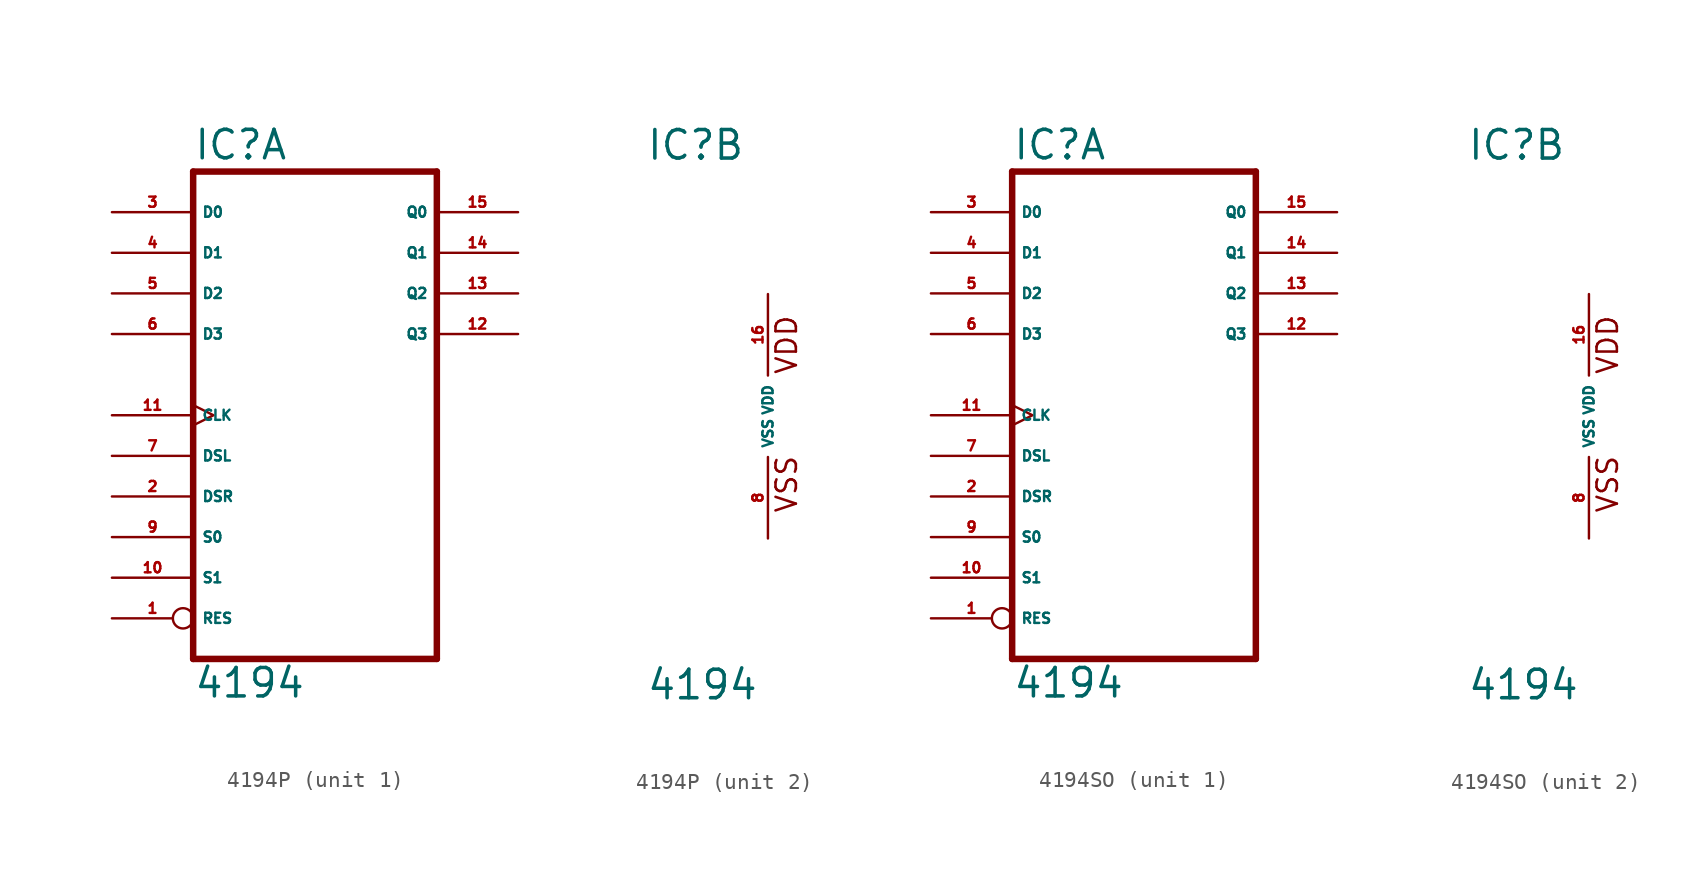
<source format=kicad_sym>
(kicad_symbol_lib
  (version 20220914)
  (generator Eagle2Kicad)
  (symbol "4194P"
    (property "Reference" "IC"
      (at -7.62 15.875 0)
      (effects (font (size 1.778 1.778) (thickness 0.22)) (justify left bottom)))
    (property "Value" "4194"
      (at -7.62 -17.78 0)
      (effects (font (size 1.778 1.778) (thickness 0.22)) (justify left bottom)))
    (symbol "4194P_1_0"
      (polyline (pts (xy -7.62 -15.24) (xy 7.62 -15.24)) (stroke (width 0.406) (type default)) (fill (type none)))
      (polyline (pts (xy 7.62 -15.24) (xy 7.62 15.24)) (stroke (width 0.406) (type default)) (fill (type none)))
      (polyline (pts (xy 7.62 15.24) (xy -7.62 15.24)) (stroke (width 0.406) (type default)) (fill (type none)))
      (polyline (pts (xy -7.62 15.24) (xy -7.62 -15.24)) (stroke (width 0.406) (type default)) (fill (type none)))
      (pin input inverted (at -12.7 -12.7 0) (length 5.08) (name "RES" (effects (font (size 0.635 0.635) (thickness 0.08)) (justify left bottom))) (number "1" (effects (font (size 0.635 0.635) (thickness 0.08)) (justify left bottom))))
      (pin input line (at -12.7 -5.08 0) (length 5.08) (name "DSR" (effects (font (size 0.635 0.635) (thickness 0.08)) (justify left bottom))) (number "2" (effects (font (size 0.635 0.635) (thickness 0.08)) (justify left bottom))))
      (pin input line (at -12.7 12.7 0) (length 5.08) (name "D0" (effects (font (size 0.635 0.635) (thickness 0.08)) (justify left bottom))) (number "3" (effects (font (size 0.635 0.635) (thickness 0.08)) (justify left bottom))))
      (pin input line (at -12.7 10.16 0) (length 5.08) (name "D1" (effects (font (size 0.635 0.635) (thickness 0.08)) (justify left bottom))) (number "4" (effects (font (size 0.635 0.635) (thickness 0.08)) (justify left bottom))))
      (pin input line (at -12.7 7.62 0) (length 5.08) (name "D2" (effects (font (size 0.635 0.635) (thickness 0.08)) (justify left bottom))) (number "5" (effects (font (size 0.635 0.635) (thickness 0.08)) (justify left bottom))))
      (pin input line (at -12.7 5.08 0) (length 5.08) (name "D3" (effects (font (size 0.635 0.635) (thickness 0.08)) (justify left bottom))) (number "6" (effects (font (size 0.635 0.635) (thickness 0.08)) (justify left bottom))))
      (pin input line (at -12.7 -2.54 0) (length 5.08) (name "DSL" (effects (font (size 0.635 0.635) (thickness 0.08)) (justify left bottom))) (number "7" (effects (font (size 0.635 0.635) (thickness 0.08)) (justify left bottom))))
      (pin input line (at -12.7 -7.62 0) (length 5.08) (name "S0" (effects (font (size 0.635 0.635) (thickness 0.08)) (justify left bottom))) (number "9" (effects (font (size 0.635 0.635) (thickness 0.08)) (justify left bottom))))
      (pin input line (at -12.7 -10.16 0) (length 5.08) (name "S1" (effects (font (size 0.635 0.635) (thickness 0.08)) (justify left bottom))) (number "10" (effects (font (size 0.635 0.635) (thickness 0.08)) (justify left bottom))))
      (pin input clock (at -12.7 0 0) (length 5.08) (name "CLK" (effects (font (size 0.635 0.635) (thickness 0.08)) (justify left bottom))) (number "11" (effects (font (size 0.635 0.635) (thickness 0.08)) (justify left bottom))))
      (pin output line (at 12.7 5.08 180) (length 5.08) (name "Q3" (effects (font (size 0.635 0.635) (thickness 0.08)) (justify left bottom))) (number "12" (effects (font (size 0.635 0.635) (thickness 0.08)) (justify left bottom))))
      (pin output line (at 12.7 7.62 180) (length 5.08) (name "Q2" (effects (font (size 0.635 0.635) (thickness 0.08)) (justify left bottom))) (number "13" (effects (font (size 0.635 0.635) (thickness 0.08)) (justify left bottom))))
      (pin output line (at 12.7 10.16 180) (length 5.08) (name "Q1" (effects (font (size 0.635 0.635) (thickness 0.08)) (justify left bottom))) (number "14" (effects (font (size 0.635 0.635) (thickness 0.08)) (justify left bottom))))
      (pin output line (at 12.7 12.7 180) (length 5.08) (name "Q0" (effects (font (size 0.635 0.635) (thickness 0.08)) (justify left bottom))) (number "15" (effects (font (size 0.635 0.635) (thickness 0.08)) (justify left bottom)))))
    (symbol "4194P_2_0"
      (text "VDD" (at 1.905 2.54 900) (effects (font (size 1.27 1.27) (thickness 0.16)) (justify left bottom)))
      (text "VSS" (at 1.905 -6.096 900) (effects (font (size 1.27 1.27) (thickness 0.16)) (justify left bottom)))
      (pin unspecified line (at 0 -7.62 90) (length 5.08) (name "VSS" (effects (font (size 0.635 0.635) (thickness 0.08)) (justify left bottom))) (number "8" (effects (font (size 0.635 0.635) (thickness 0.08)) (justify left bottom))))
      (pin unspecified line (at 0 7.62 270) (length 5.08) (name "VDD" (effects (font (size 0.635 0.635) (thickness 0.08)) (justify left bottom))) (number "16" (effects (font (size 0.635 0.635) (thickness 0.08)) (justify left bottom))))))
  (symbol "4194SO"
    (property "Reference" "IC"
      (at -7.62 15.875 0)
      (effects (font (size 1.778 1.778) (thickness 0.22)) (justify left bottom)))
    (property "Value" "4194"
      (at -7.62 -17.78 0)
      (effects (font (size 1.778 1.778) (thickness 0.22)) (justify left bottom)))
    (symbol "4194SO_1_0"
      (polyline (pts (xy -7.62 -15.24) (xy 7.62 -15.24)) (stroke (width 0.406) (type default)) (fill (type none)))
      (polyline (pts (xy 7.62 -15.24) (xy 7.62 15.24)) (stroke (width 0.406) (type default)) (fill (type none)))
      (polyline (pts (xy 7.62 15.24) (xy -7.62 15.24)) (stroke (width 0.406) (type default)) (fill (type none)))
      (polyline (pts (xy -7.62 15.24) (xy -7.62 -15.24)) (stroke (width 0.406) (type default)) (fill (type none)))
      (pin input inverted (at -12.7 -12.7 0) (length 5.08) (name "RES" (effects (font (size 0.635 0.635) (thickness 0.08)) (justify left bottom))) (number "1" (effects (font (size 0.635 0.635) (thickness 0.08)) (justify left bottom))))
      (pin input line (at -12.7 -5.08 0) (length 5.08) (name "DSR" (effects (font (size 0.635 0.635) (thickness 0.08)) (justify left bottom))) (number "2" (effects (font (size 0.635 0.635) (thickness 0.08)) (justify left bottom))))
      (pin input line (at -12.7 12.7 0) (length 5.08) (name "D0" (effects (font (size 0.635 0.635) (thickness 0.08)) (justify left bottom))) (number "3" (effects (font (size 0.635 0.635) (thickness 0.08)) (justify left bottom))))
      (pin input line (at -12.7 10.16 0) (length 5.08) (name "D1" (effects (font (size 0.635 0.635) (thickness 0.08)) (justify left bottom))) (number "4" (effects (font (size 0.635 0.635) (thickness 0.08)) (justify left bottom))))
      (pin input line (at -12.7 7.62 0) (length 5.08) (name "D2" (effects (font (size 0.635 0.635) (thickness 0.08)) (justify left bottom))) (number "5" (effects (font (size 0.635 0.635) (thickness 0.08)) (justify left bottom))))
      (pin input line (at -12.7 5.08 0) (length 5.08) (name "D3" (effects (font (size 0.635 0.635) (thickness 0.08)) (justify left bottom))) (number "6" (effects (font (size 0.635 0.635) (thickness 0.08)) (justify left bottom))))
      (pin input line (at -12.7 -2.54 0) (length 5.08) (name "DSL" (effects (font (size 0.635 0.635) (thickness 0.08)) (justify left bottom))) (number "7" (effects (font (size 0.635 0.635) (thickness 0.08)) (justify left bottom))))
      (pin input line (at -12.7 -7.62 0) (length 5.08) (name "S0" (effects (font (size 0.635 0.635) (thickness 0.08)) (justify left bottom))) (number "9" (effects (font (size 0.635 0.635) (thickness 0.08)) (justify left bottom))))
      (pin input line (at -12.7 -10.16 0) (length 5.08) (name "S1" (effects (font (size 0.635 0.635) (thickness 0.08)) (justify left bottom))) (number "10" (effects (font (size 0.635 0.635) (thickness 0.08)) (justify left bottom))))
      (pin input clock (at -12.7 0 0) (length 5.08) (name "CLK" (effects (font (size 0.635 0.635) (thickness 0.08)) (justify left bottom))) (number "11" (effects (font (size 0.635 0.635) (thickness 0.08)) (justify left bottom))))
      (pin output line (at 12.7 5.08 180) (length 5.08) (name "Q3" (effects (font (size 0.635 0.635) (thickness 0.08)) (justify left bottom))) (number "12" (effects (font (size 0.635 0.635) (thickness 0.08)) (justify left bottom))))
      (pin output line (at 12.7 7.62 180) (length 5.08) (name "Q2" (effects (font (size 0.635 0.635) (thickness 0.08)) (justify left bottom))) (number "13" (effects (font (size 0.635 0.635) (thickness 0.08)) (justify left bottom))))
      (pin output line (at 12.7 10.16 180) (length 5.08) (name "Q1" (effects (font (size 0.635 0.635) (thickness 0.08)) (justify left bottom))) (number "14" (effects (font (size 0.635 0.635) (thickness 0.08)) (justify left bottom))))
      (pin output line (at 12.7 12.7 180) (length 5.08) (name "Q0" (effects (font (size 0.635 0.635) (thickness 0.08)) (justify left bottom))) (number "15" (effects (font (size 0.635 0.635) (thickness 0.08)) (justify left bottom)))))
    (symbol "4194SO_2_0"
      (text "VDD" (at 1.905 2.54 900) (effects (font (size 1.27 1.27) (thickness 0.16)) (justify left bottom)))
      (text "VSS" (at 1.905 -6.096 900) (effects (font (size 1.27 1.27) (thickness 0.16)) (justify left bottom)))
      (pin unspecified line (at 0 -7.62 90) (length 5.08) (name "VSS" (effects (font (size 0.635 0.635) (thickness 0.08)) (justify left bottom))) (number "8" (effects (font (size 0.635 0.635) (thickness 0.08)) (justify left bottom))))
      (pin unspecified line (at 0 7.62 270) (length 5.08) (name "VDD" (effects (font (size 0.635 0.635) (thickness 0.08)) (justify left bottom))) (number "16" (effects (font (size 0.635 0.635) (thickness 0.08)) (justify left bottom)))))))
</source>
